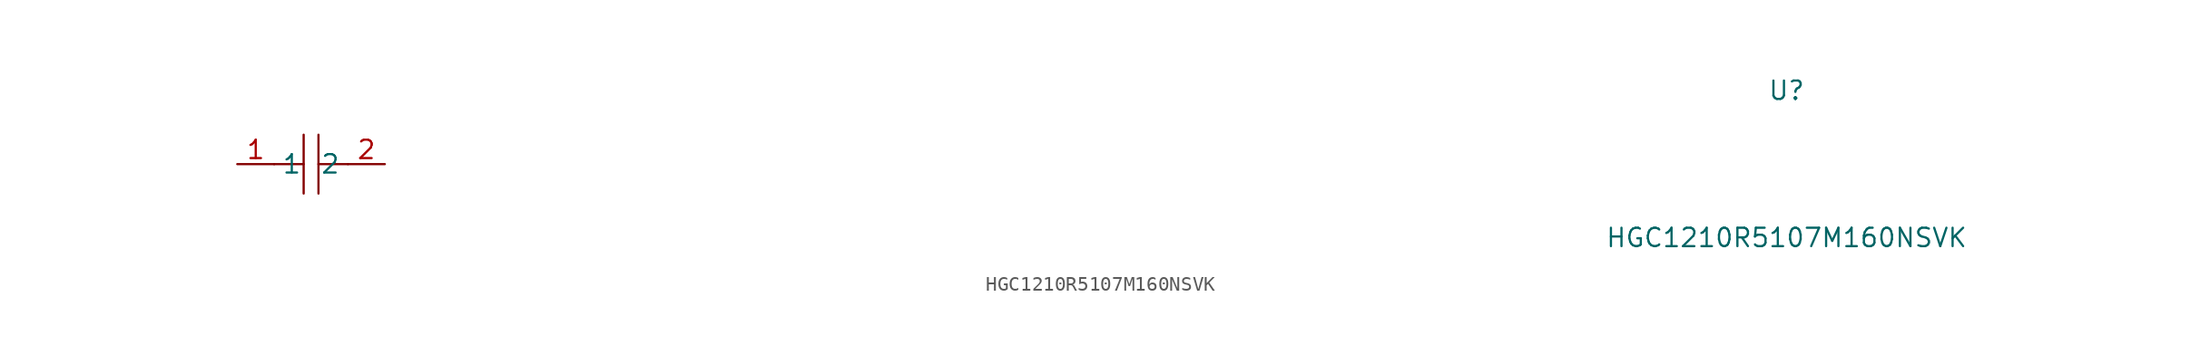
<source format=kicad_sym>
(kicad_symbol_lib
  (version 1)
  (generator "faebryk")
  (symbol "HGC1210R5107M160NSVK"
    (property "Reference" "U"
      (at 0 81.28 0)
      (effects (font (size 1.27 1.27)) (hide no)))
    (property "Value" "HGC1210R5107M160NSVK"
      (at 0 71.12 0)
      (effects (font (size 1.27 1.27)) (hide no)))
    (symbol "HGC1210R5107M160NSVK_0_1"
      (polyline (stroke (width 0) (type default) (color 0 0 0 0)) (fill (type none)) (pts (xy -102.11 74.17) (xy -102.11 78.23)))
      (polyline (stroke (width 0) (type default) (color 0 0 0 0)) (fill (type none)) (pts (xy -99.06 76.2) (xy -101.09 76.2)))
      (polyline (stroke (width 0) (type default) (color 0 0 0 0)) (fill (type none)) (pts (xy -101.09 78.23) (xy -101.09 74.17)))
      (polyline (stroke (width 0) (type default) (color 0 0 0 0)) (fill (type none)) (pts (xy -102.11 76.2) (xy -104.14 76.2)))
      (pin unspecified line (at -106.68 76.2 0) (length 2.54) (name "1" (effects (font (size 1.27 1.27)) (hide no))) (number "1" (effects (font (size 1.27 1.27)) (hide no))))
      (pin unspecified line (at -96.52 76.2 180) (length 2.54) (name "2" (effects (font (size 1.27 1.27)) (hide no))) (number "2" (effects (font (size 1.27 1.27)) (hide no)))))))
</source>
